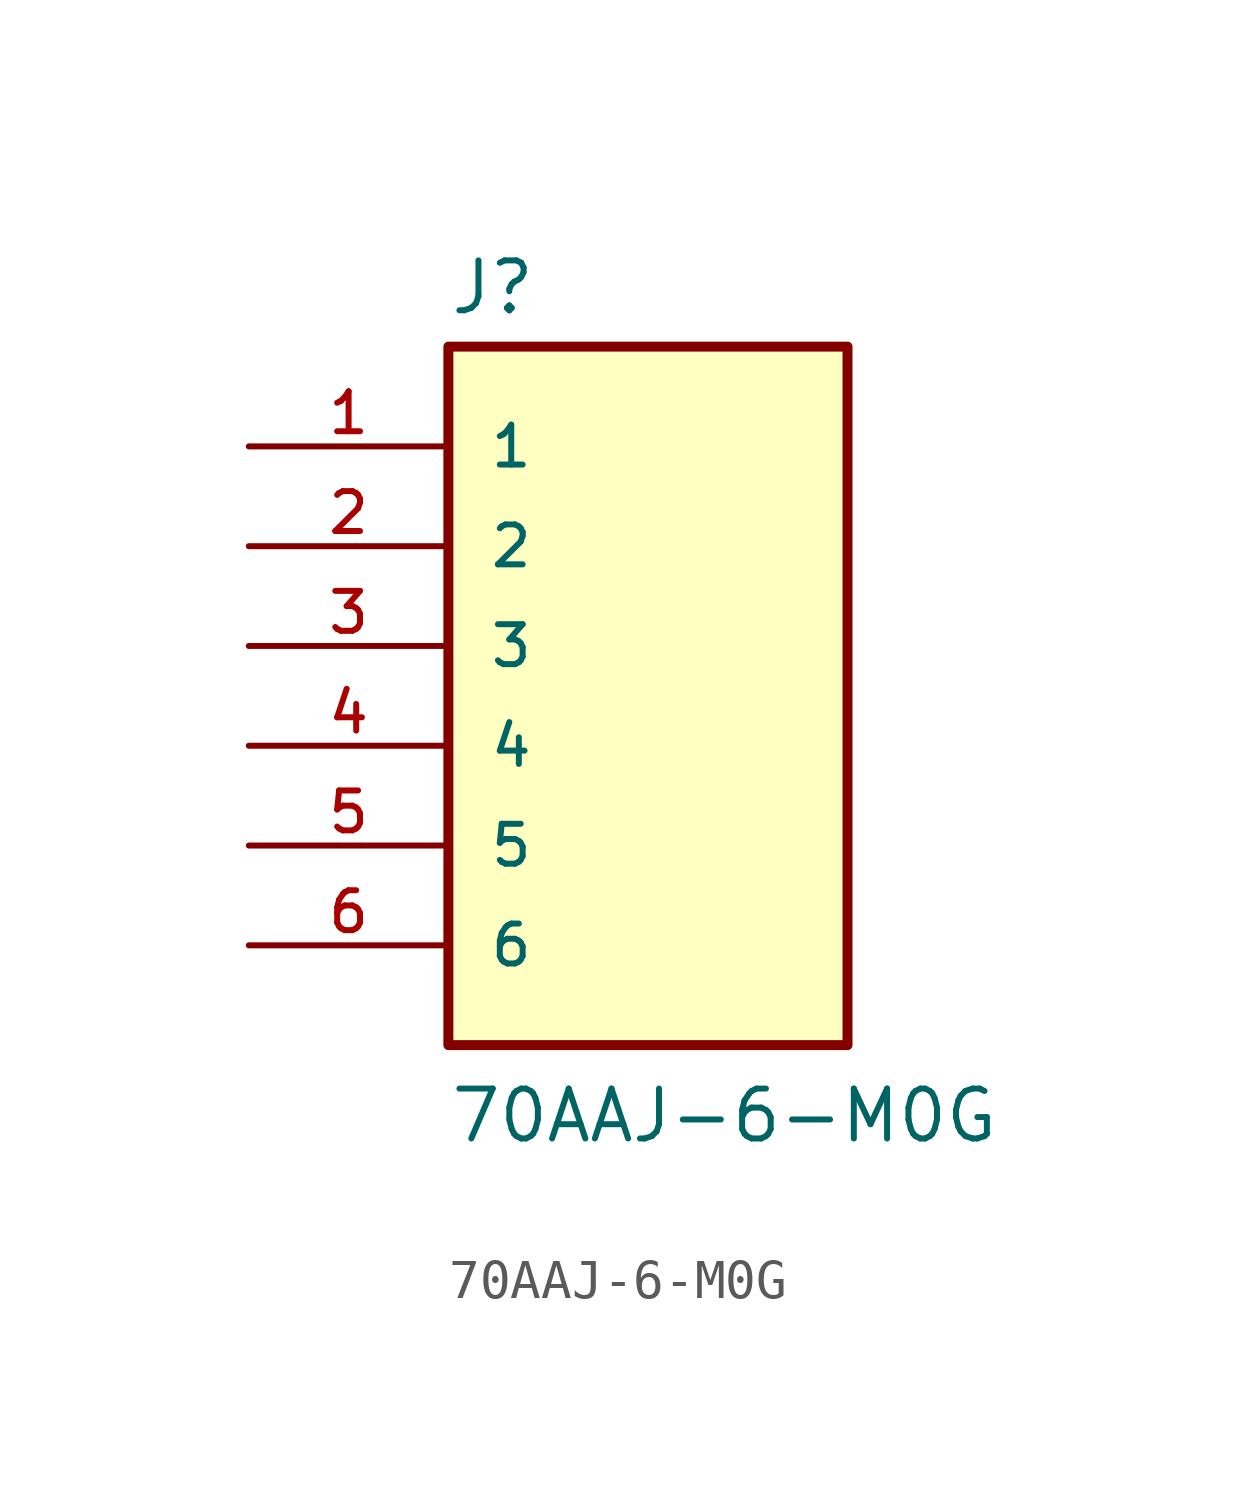
<source format=kicad_sym>
(kicad_symbol_lib
  (version 20220914)
  (generator kicad_symbol_editor)
  (symbol "70AAJ-6-M0G"
    (pin_names
      (offset 1.016))
    (property "Reference" "J"
      (at -5.08 8.382 0)
      (effects (font (size 1.27 1.27)) (justify left bottom)))
    (property "Value" "70AAJ-6-M0G"
      (at -5.08 -12.7 0)
      (effects (font (size 1.27 1.27)) (justify left bottom)))
    (property "ki_locked" ""
      (at 0 0 0)
      (effects (font (size 1.27 1.27))))
    (symbol "70AAJ-6-M0G_0_0"
      (rectangle (start -5.08 -10.16) (end 5.08 7.62) (stroke (width 0.254) (type solid)) (fill (type background)))
      (pin passive line (at -10.16 5.08 0) (length 5.08) (name "1" (effects (font (size 1.016 1.016)))) (number "1" (effects (font (size 1.016 1.016)))))
      (pin passive line (at -10.16 0 0) (length 5.08) (name "3" (effects (font (size 1.016 1.016)))) (number "3" (effects (font (size 1.016 1.016)))))
      (pin passive line (at -10.16 -2.54 0) (length 5.08) (name "4" (effects (font (size 1.016 1.016)))) (number "4" (effects (font (size 1.016 1.016)))))
      (pin passive line (at -10.16 -5.08 0) (length 5.08) (name "5" (effects (font (size 1.016 1.016)))) (number "5" (effects (font (size 1.016 1.016)))))
      (pin passive line (at -10.16 -7.62 0) (length 5.08) (name "6" (effects (font (size 1.016 1.016)))) (number "6" (effects (font (size 1.016 1.016))))))
    (symbol "70AAJ-6-M0G_1_0"
      (pin passive line (at -10.16 0 0) (length 5.08) hide (name "3" (effects (font (size 1.016 1.016)))) (number "10" (effects (font (size 1.016 1.016)))))
      (pin passive line (at -10.16 2.54 0) (length 5.08) hide (name "2" (effects (font (size 1.016 1.016)))) (number "11" (effects (font (size 1.016 1.016)))))
      (pin passive line (at -10.16 5.08 0) (length 5.08) hide (name "1" (effects (font (size 1.016 1.016)))) (number "12" (effects (font (size 1.016 1.016)))))
      (pin passive line (at -10.16 2.54 0) (length 5.08) (name "2" (effects (font (size 1.016 1.016)))) (number "2" (effects (font (size 1.016 1.016)))))
      (pin passive line (at -10.16 -7.62 0) (length 5.08) hide (name "6" (effects (font (size 1.016 1.016)))) (number "7" (effects (font (size 1.016 1.016)))))
      (pin passive line (at -10.16 -5.08 0) (length 5.08) hide (name "5" (effects (font (size 1.016 1.016)))) (number "8" (effects (font (size 1.016 1.016)))))
      (pin passive line (at -10.16 -2.54 0) (length 5.08) hide (name "4" (effects (font (size 1.016 1.016)))) (number "9" (effects (font (size 1.016 1.016))))))))
</source>
